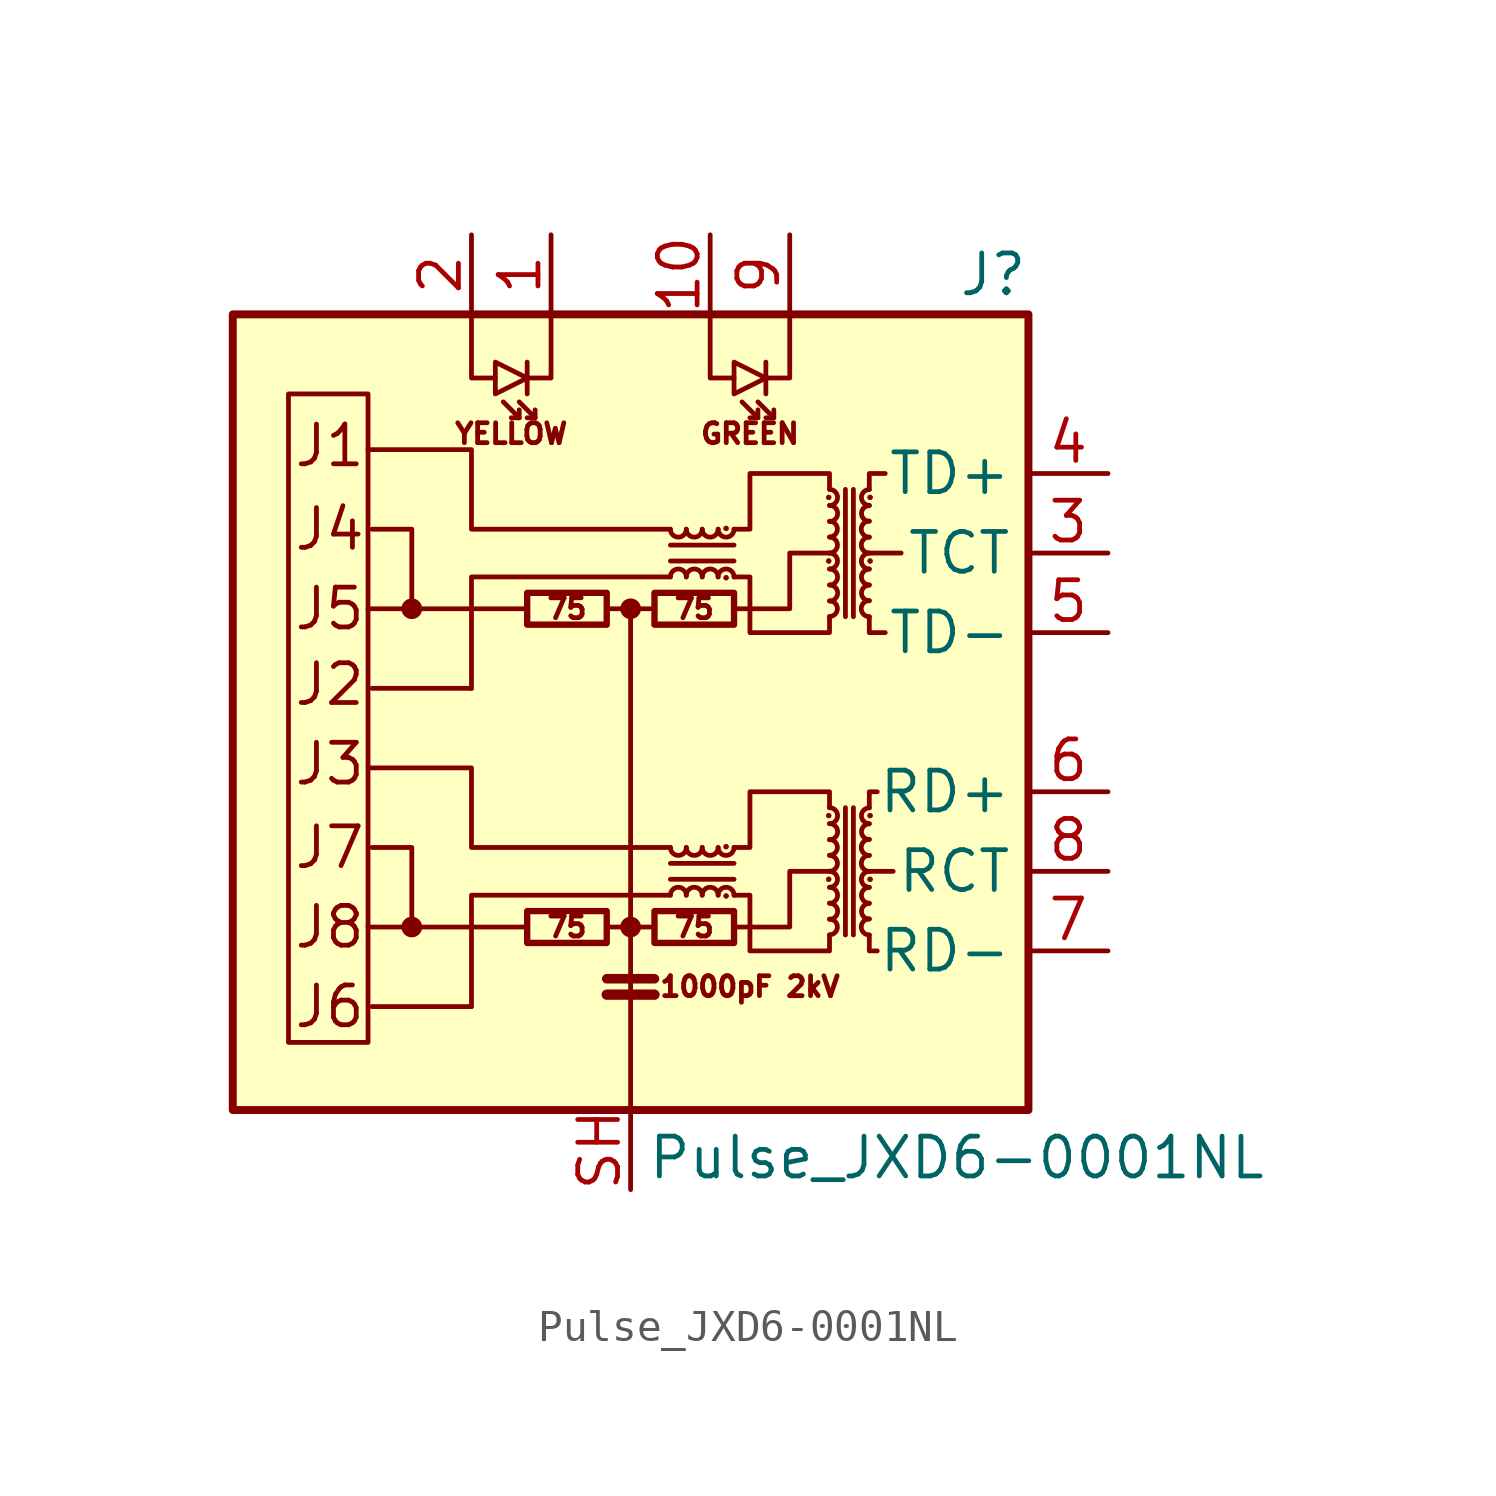
<source format=kicad_sym>
(kicad_symbol_lib
  (version 20201005)
  (generator kicad_symbol_editor)
  (symbol "Connector:Pulse_JXD6-0001NL"
    (property "Reference" "J"
      (at 12.7 13.97 0)
      (effects (font (size 1.27 1.27)) (justify right)))
    (property "Value" "Pulse_JXD6-0001NL"
      (at 10.414 -14.224 0)
      (effects (font (size 1.27 1.27))))
    (symbol "Pulse_JXD6-0001NL_0_0"
      (text "1000pF 2kV" (at 3.81 -8.763 0) (effects (font (size 0.635 0.635))))
      (text "75" (at -2.032 -6.858 0) (effects (font (size 0.635 0.635))))
      (text "75" (at -2.032 3.302 0) (effects (font (size 0.635 0.635))))
      (text "75" (at 2.032 -6.858 0) (effects (font (size 0.635 0.635))))
      (text "75" (at 2.032 3.302 0) (effects (font (size 0.635 0.635))))
      (text "GREEN" (at 3.81 8.89 0) (effects (font (size 0.635 0.635))))
      (text "J1" (at -10.795 8.509 0) (effects (font (size 1.27 1.27)) (justify left)))
      (text "J2" (at -10.795 0.889 0) (effects (font (size 1.27 1.27)) (justify left)))
      (text "J3" (at -10.795 -1.651 0) (effects (font (size 1.27 1.27)) (justify left)))
      (text "J4" (at -10.795 5.842 0) (effects (font (size 1.27 1.27)) (justify left)))
      (text "J5" (at -10.795 3.302 0) (effects (font (size 1.27 1.27)) (justify left)))
      (text "J6" (at -10.795 -9.398 0) (effects (font (size 1.27 1.27)) (justify left)))
      (text "J7" (at -10.795 -4.318 0) (effects (font (size 1.27 1.27)) (justify left)))
      (text "J8" (at -10.795 -6.858 0) (effects (font (size 1.27 1.27)) (justify left)))
      (text "YELLOW" (at -3.81 8.89 0) (effects (font (size 0.635 0.635))))
      (rectangle (start -12.7 12.7) (end 12.7 -12.7) (stroke (width 0.254)) (fill (type background)))
      (polyline (pts (xy -3.302 -6.858) (xy -8.382 -6.858)) (stroke (width 0)) (fill (type none)))
      (polyline (pts (xy -3.302 3.302) (xy -8.382 3.302)) (stroke (width 0)) (fill (type none)))
      (polyline (pts (xy 8.382 -5.08) (xy 7.62 -5.08)) (stroke (width 0)) (fill (type none)))
      (polyline (pts (xy 8.636 5.08) (xy 7.62 5.08)) (stroke (width 0)) (fill (type none)))
      (polyline (pts (xy 1.27 -4.318) (xy -5.08 -4.318) (xy -5.08 -1.778) (xy -8.382 -1.778)) (stroke (width 0)) (fill (type none)))
      (polyline (pts (xy 1.27 5.842) (xy -5.08 5.842) (xy -5.08 8.382) (xy -8.382 8.382)) (stroke (width 0)) (fill (type none)))
      (polyline (pts (xy 3.302 -6.858) (xy 5.08 -6.858) (xy 5.08 -5.08) (xy 6.35 -5.08)) (stroke (width 0)) (fill (type none)))
      (polyline (pts (xy 3.302 3.302) (xy 5.08 3.302) (xy 5.08 5.08) (xy 6.35 5.08)) (stroke (width 0)) (fill (type none))))
    (symbol "Pulse_JXD6-0001NL_0_1"
      (arc (start 1.778 -5.842) (end 1.27 -5.842) (radius (at 1.524 -5.842) (length 0.254) (angles 0.1 179.9)) (stroke (width 0)) (fill (type none)))
      (arc (start 1.27 -4.318) (end 1.778 -4.318) (radius (at 1.524 -4.318) (length 0.254) (angles -179.9 -0.1)) (stroke (width 0)) (fill (type none)))
      (arc (start 1.778 4.318) (end 1.27 4.318) (radius (at 1.524 4.318) (length 0.254) (angles 0.1 179.9)) (stroke (width 0)) (fill (type none)))
      (arc (start 1.27 5.842) (end 1.778 5.842) (radius (at 1.524 5.842) (length 0.254) (angles -179.9 -0.1)) (stroke (width 0)) (fill (type none)))
      (arc (start 2.286 -5.842) (end 1.778 -5.842) (radius (at 2.032 -5.842) (length 0.254) (angles 0.1 179.9)) (stroke (width 0)) (fill (type none)))
      (arc (start 1.778 -4.318) (end 2.286 -4.318) (radius (at 2.032 -4.318) (length 0.254) (angles -179.9 -0.1)) (stroke (width 0)) (fill (type none)))
      (arc (start 2.286 4.318) (end 1.778 4.318) (radius (at 2.032 4.318) (length 0.254) (angles 0.1 179.9)) (stroke (width 0)) (fill (type none)))
      (arc (start 1.778 5.842) (end 2.286 5.842) (radius (at 2.032 5.842) (length 0.254) (angles -179.9 -0.1)) (stroke (width 0)) (fill (type none)))
      (arc (start 2.794 -5.842) (end 2.286 -5.842) (radius (at 2.54 -5.842) (length 0.254) (angles 0.1 179.9)) (stroke (width 0)) (fill (type none)))
      (arc (start 2.286 -4.318) (end 2.794 -4.318) (radius (at 2.54 -4.318) (length 0.254) (angles -179.9 -0.1)) (stroke (width 0)) (fill (type none)))
      (arc (start 2.794 4.318) (end 2.286 4.318) (radius (at 2.54 4.318) (length 0.254) (angles 0.1 179.9)) (stroke (width 0)) (fill (type none)))
      (arc (start 2.286 5.842) (end 2.794 5.842) (radius (at 2.54 5.842) (length 0.254) (angles -179.9 -0.1)) (stroke (width 0)) (fill (type none)))
      (arc (start 3.302 -5.842) (end 2.794 -5.842) (radius (at 3.048 -5.842) (length 0.254) (angles 0.1 179.9)) (stroke (width 0)) (fill (type none)))
      (arc (start 2.794 -4.318) (end 3.302 -4.318) (radius (at 3.048 -4.318) (length 0.254) (angles -179.9 -0.1)) (stroke (width 0)) (fill (type none)))
      (arc (start 3.302 4.318) (end 2.794 4.318) (radius (at 3.048 4.318) (length 0.254) (angles 0.1 179.9)) (stroke (width 0)) (fill (type none)))
      (arc (start 2.794 5.842) (end 3.302 5.842) (radius (at 3.048 5.842) (length 0.254) (angles -179.9 -0.1)) (stroke (width 0)) (fill (type none)))
      (arc (start 6.35 -7.112) (end 6.35 -6.604) (radius (at 6.35 -6.858) (length 0.254) (angles -89.9 89.9)) (stroke (width 0)) (fill (type none)))
      (arc (start 6.35 -6.604) (end 6.35 -6.096) (radius (at 6.35 -6.35) (length 0.254) (angles -89.9 89.9)) (stroke (width 0)) (fill (type none)))
      (arc (start 6.35 -6.096) (end 6.35 -5.588) (radius (at 6.35 -5.842) (length 0.254) (angles -89.9 89.9)) (stroke (width 0)) (fill (type none)))
      (arc (start 6.35 -5.588) (end 6.35 -5.08) (radius (at 6.35 -5.334) (length 0.254) (angles -89.9 89.9)) (stroke (width 0)) (fill (type none)))
      (arc (start 6.35 -5.08) (end 6.35 -4.572) (radius (at 6.35 -4.826) (length 0.254) (angles -89.9 89.9)) (stroke (width 0)) (fill (type none)))
      (arc (start 6.35 -4.572) (end 6.35 -4.064) (radius (at 6.35 -4.318) (length 0.254) (angles -89.9 89.9)) (stroke (width 0)) (fill (type none)))
      (arc (start 6.35 -4.064) (end 6.35 -3.556) (radius (at 6.35 -3.81) (length 0.254) (angles -89.9 89.9)) (stroke (width 0)) (fill (type none)))
      (arc (start 6.35 -3.556) (end 6.35 -3.048) (radius (at 6.35 -3.302) (length 0.254) (angles -89.9 89.9)) (stroke (width 0)) (fill (type none)))
      (arc (start 6.35 3.048) (end 6.35 3.556) (radius (at 6.35 3.302) (length 0.254) (angles -89.9 89.9)) (stroke (width 0)) (fill (type none)))
      (arc (start 6.35 3.556) (end 6.35 4.064) (radius (at 6.35 3.81) (length 0.254) (angles -89.9 89.9)) (stroke (width 0)) (fill (type none)))
      (arc (start 6.35 4.064) (end 6.35 4.572) (radius (at 6.35 4.318) (length 0.254) (angles -89.9 89.9)) (stroke (width 0)) (fill (type none)))
      (arc (start 6.35 4.572) (end 6.35 5.08) (radius (at 6.35 4.826) (length 0.254) (angles -89.9 89.9)) (stroke (width 0)) (fill (type none)))
      (arc (start 6.35 5.08) (end 6.35 5.588) (radius (at 6.35 5.334) (length 0.254) (angles -89.9 89.9)) (stroke (width 0)) (fill (type none)))
      (arc (start 6.35 5.588) (end 6.35 6.096) (radius (at 6.35 5.842) (length 0.254) (angles -89.9 89.9)) (stroke (width 0)) (fill (type none)))
      (arc (start 6.35 6.096) (end 6.35 6.604) (radius (at 6.35 6.35) (length 0.254) (angles -89.9 89.9)) (stroke (width 0)) (fill (type none)))
      (arc (start 6.35 6.604) (end 6.35 7.112) (radius (at 6.35 6.858) (length 0.254) (angles -89.9 89.9)) (stroke (width 0)) (fill (type none)))
      (arc (start 7.62 -6.604) (end 7.62 -7.112) (radius (at 7.62 -6.858) (length 0.254) (angles 90.1 -90.1)) (stroke (width 0)) (fill (type none)))
      (arc (start 7.62 -6.096) (end 7.62 -6.604) (radius (at 7.62 -6.35) (length 0.254) (angles 90.1 -90.1)) (stroke (width 0)) (fill (type none)))
      (arc (start 7.62 -5.588) (end 7.62 -6.096) (radius (at 7.62 -5.842) (length 0.254) (angles 90.1 -90.1)) (stroke (width 0)) (fill (type none)))
      (arc (start 7.62 -5.08) (end 7.62 -5.588) (radius (at 7.62 -5.334) (length 0.254) (angles 90.1 -90.1)) (stroke (width 0)) (fill (type none)))
      (arc (start 7.62 -4.572) (end 7.62 -5.08) (radius (at 7.62 -4.826) (length 0.254) (angles 90.1 -90.1)) (stroke (width 0)) (fill (type none)))
      (arc (start 7.62 -4.064) (end 7.62 -4.572) (radius (at 7.62 -4.318) (length 0.254) (angles 90.1 -90.1)) (stroke (width 0)) (fill (type none)))
      (arc (start 7.62 -3.556) (end 7.62 -4.064) (radius (at 7.62 -3.81) (length 0.254) (angles 90.1 -90.1)) (stroke (width 0)) (fill (type none)))
      (arc (start 7.62 -3.048) (end 7.62 -3.556) (radius (at 7.62 -3.302) (length 0.254) (angles 90.1 -90.1)) (stroke (width 0)) (fill (type none)))
      (arc (start 7.62 3.556) (end 7.62 3.048) (radius (at 7.62 3.302) (length 0.254) (angles 90.1 -90.1)) (stroke (width 0)) (fill (type none)))
      (arc (start 7.62 4.064) (end 7.62 3.556) (radius (at 7.62 3.81) (length 0.254) (angles 90.1 -90.1)) (stroke (width 0)) (fill (type none)))
      (arc (start 7.62 4.572) (end 7.62 4.064) (radius (at 7.62 4.318) (length 0.254) (angles 90.1 -90.1)) (stroke (width 0)) (fill (type none)))
      (arc (start 7.62 5.08) (end 7.62 4.572) (radius (at 7.62 4.826) (length 0.254) (angles 90.1 -90.1)) (stroke (width 0)) (fill (type none)))
      (arc (start 7.62 5.588) (end 7.62 5.08) (radius (at 7.62 5.334) (length 0.254) (angles 90.1 -90.1)) (stroke (width 0)) (fill (type none)))
      (arc (start 7.62 6.096) (end 7.62 5.588) (radius (at 7.62 5.842) (length 0.254) (angles 90.1 -90.1)) (stroke (width 0)) (fill (type none)))
      (arc (start 7.62 6.604) (end 7.62 6.096) (radius (at 7.62 6.35) (length 0.254) (angles 90.1 -90.1)) (stroke (width 0)) (fill (type none)))
      (arc (start 7.62 7.112) (end 7.62 6.604) (radius (at 7.62 6.858) (length 0.254) (angles 90.1 -90.1)) (stroke (width 0)) (fill (type none)))
      (circle (center -6.985 -6.858) (radius 0.254) (stroke (width 0)) (fill (type outline)))
      (circle (center -6.985 3.302) (radius 0.254) (stroke (width 0)) (fill (type outline)))
      (circle (center 0 -6.858) (radius 0.254) (stroke (width 0)) (fill (type outline)))
      (circle (center 0 3.302) (radius 0.254) (stroke (width 0)) (fill (type outline)))
      (circle (center 3.048 -5.867) (radius 0.076) (stroke (width 0.025)) (fill (type outline)))
      (circle (center 3.048 -4.293) (radius 0.076) (stroke (width 0.025)) (fill (type outline)))
      (circle (center 3.048 4.293) (radius 0.076) (stroke (width 0.025)) (fill (type outline)))
      (circle (center 3.048 5.867) (radius 0.076) (stroke (width 0.025)) (fill (type outline)))
      (circle (center 6.325 -5.334) (radius 0.076) (stroke (width 0.025)) (fill (type outline)))
      (circle (center 6.325 -3.302) (radius 0.076) (stroke (width 0.025)) (fill (type outline)))
      (circle (center 6.325 4.826) (radius 0.076) (stroke (width 0.025)) (fill (type outline)))
      (circle (center 6.325 6.858) (radius 0.076) (stroke (width 0.025)) (fill (type outline)))
      (circle (center 7.645 -5.334) (radius 0.076) (stroke (width 0.025)) (fill (type outline)))
      (circle (center 7.645 -3.302) (radius 0.076) (stroke (width 0.025)) (fill (type outline)))
      (circle (center 7.645 4.826) (radius 0.076) (stroke (width 0.025)) (fill (type outline)))
      (circle (center 7.645 6.858) (radius 0.076) (stroke (width 0.025)) (fill (type outline)))
      (rectangle (start -8.382 -10.541) (end -10.922 10.16) (stroke (width 0)) (fill (type none)))
      (rectangle (start -3.302 -7.366) (end -0.762 -6.35) (stroke (width 0.203)) (fill (type none)))
      (rectangle (start -3.302 2.794) (end -0.762 3.81) (stroke (width 0.203)) (fill (type none)))
      (rectangle (start 0.762 -7.366) (end 3.302 -6.35) (stroke (width 0.203)) (fill (type none)))
      (rectangle (start 0.762 2.794) (end 3.302 3.81) (stroke (width 0.203)) (fill (type none)))
      (polyline (pts (xy -5.08 -9.398) (xy -8.255 -9.398)) (stroke (width 0)) (fill (type none)))
      (polyline (pts (xy -5.08 0.762) (xy -8.255 0.762)) (stroke (width 0)) (fill (type none)))
      (polyline (pts (xy -3.556 9.398) (xy -4.064 9.906)) (stroke (width 0)) (fill (type none)))
      (polyline (pts (xy -3.302 11.176) (xy -3.302 10.16)) (stroke (width 0)) (fill (type none)))
      (polyline (pts (xy -3.048 9.398) (xy -3.556 9.906)) (stroke (width 0)) (fill (type none)))
      (polyline (pts (xy -0.762 -9.017) (xy 0.762 -9.017)) (stroke (width 0.33)) (fill (type none)))
      (polyline (pts (xy -0.762 -8.509) (xy 0.762 -8.509)) (stroke (width 0.305)) (fill (type none)))
      (polyline (pts (xy 0 3.302) (xy -0.762 3.302)) (stroke (width 0)) (fill (type none)))
      (polyline (pts (xy 0.762 -6.858) (xy -0.762 -6.858)) (stroke (width 0)) (fill (type none)))
      (polyline (pts (xy 1.27 -5.334) (xy 3.302 -5.334)) (stroke (width 0)) (fill (type none)))
      (polyline (pts (xy 1.27 4.826) (xy 3.302 4.826)) (stroke (width 0)) (fill (type none)))
      (polyline (pts (xy 3.302 -4.826) (xy 1.27 -4.826)) (stroke (width 0)) (fill (type none)))
      (polyline (pts (xy 3.302 5.334) (xy 1.27 5.334)) (stroke (width 0)) (fill (type none)))
      (polyline (pts (xy 4.064 9.398) (xy 3.556 9.906)) (stroke (width 0)) (fill (type none)))
      (polyline (pts (xy 4.318 11.176) (xy 4.318 10.16)) (stroke (width 0)) (fill (type none)))
      (polyline (pts (xy 4.572 9.398) (xy 4.064 9.906)) (stroke (width 0)) (fill (type none)))
      (polyline (pts (xy 6.858 -3.048) (xy 6.858 -7.112)) (stroke (width 0)) (fill (type none)))
      (polyline (pts (xy 6.858 7.112) (xy 6.858 3.048)) (stroke (width 0)) (fill (type none)))
      (polyline (pts (xy 7.112 -7.112) (xy 7.112 -3.048)) (stroke (width 0)) (fill (type none)))
      (polyline (pts (xy 7.112 3.048) (xy 7.112 7.112)) (stroke (width 0)) (fill (type none)))
      (polyline (pts (xy -6.985 -6.858) (xy -6.985 -4.318) (xy -8.255 -4.318)) (stroke (width 0)) (fill (type none)))
      (polyline (pts (xy -6.985 3.302) (xy -6.985 5.842) (xy -8.255 5.842)) (stroke (width 0)) (fill (type none)))
      (polyline (pts (xy -5.08 12.7) (xy -5.08 10.668) (xy -4.318 10.668)) (stroke (width 0)) (fill (type none)))
      (polyline (pts (xy -3.556 9.652) (xy -3.556 9.398) (xy -3.81 9.398)) (stroke (width 0)) (fill (type none)))
      (polyline (pts (xy -3.048 9.652) (xy -3.048 9.398) (xy -3.302 9.398)) (stroke (width 0)) (fill (type none)))
      (polyline (pts (xy -2.54 12.7) (xy -2.54 10.668) (xy -3.302 10.668)) (stroke (width 0)) (fill (type none)))
      (polyline (pts (xy 0 -12.7) (xy 0 3.302) (xy 0.635 3.302)) (stroke (width 0)) (fill (type none)))
      (polyline (pts (xy 1.27 -5.842) (xy -5.08 -5.842) (xy -5.08 -9.398)) (stroke (width 0)) (fill (type none)))
      (polyline (pts (xy 1.27 4.318) (xy -5.08 4.318) (xy -5.08 0.762)) (stroke (width 0)) (fill (type none)))
      (polyline (pts (xy 2.54 12.7) (xy 2.54 10.668) (xy 3.302 10.668)) (stroke (width 0)) (fill (type none)))
      (polyline (pts (xy 4.064 9.652) (xy 4.064 9.398) (xy 3.81 9.398)) (stroke (width 0)) (fill (type none)))
      (polyline (pts (xy 4.572 9.652) (xy 4.572 9.398) (xy 4.318 9.398)) (stroke (width 0)) (fill (type none)))
      (polyline (pts (xy 5.08 12.7) (xy 5.08 10.668) (xy 4.318 10.668)) (stroke (width 0)) (fill (type none)))
      (polyline (pts (xy 7.62 -7.112) (xy 7.62 -7.62) (xy 7.874 -7.62)) (stroke (width 0)) (fill (type none)))
      (polyline (pts (xy 7.62 -3.048) (xy 7.62 -2.54) (xy 7.874 -2.54)) (stroke (width 0)) (fill (type none)))
      (polyline (pts (xy 7.62 3.048) (xy 7.62 2.54) (xy 8.128 2.54)) (stroke (width 0)) (fill (type none)))
      (polyline (pts (xy 7.62 7.112) (xy 7.62 7.62) (xy 8.128 7.62)) (stroke (width 0)) (fill (type none)))
      (polyline (pts (xy -3.302 10.668) (xy -4.318 11.176) (xy -4.318 10.16) (xy -3.302 10.668)) (stroke (width 0)) (fill (type none)))
      (polyline (pts (xy 4.318 10.668) (xy 3.302 11.176) (xy 3.302 10.16) (xy 4.318 10.668)) (stroke (width 0)) (fill (type none)))
      (polyline (pts (xy 3.302 -4.318) (xy 3.81 -4.318) (xy 3.81 -2.54) (xy 6.35 -2.54) (xy 6.35 -3.048)) (stroke (width 0)) (fill (type none)))
      (polyline (pts (xy 3.302 5.842) (xy 3.81 5.842) (xy 3.81 7.62) (xy 6.35 7.62) (xy 6.35 7.112)) (stroke (width 0)) (fill (type none)))
      (polyline (pts (xy 6.35 -7.112) (xy 6.35 -7.62) (xy 3.81 -7.62) (xy 3.81 -5.842) (xy 3.302 -5.842)) (stroke (width 0)) (fill (type none)))
      (polyline (pts (xy 6.35 3.048) (xy 6.35 2.54) (xy 3.81 2.54) (xy 3.81 4.318) (xy 3.302 4.318)) (stroke (width 0)) (fill (type none))))
    (symbol "Pulse_JXD6-0001NL_1_1"
      (pin passive line (at -2.54 15.24 270) (length 2.54) (name "~" (effects (font (size 1.27 1.27)))) (number "1" (effects (font (size 1.27 1.27)))))
      (pin passive line (at 2.54 15.24 270) (length 2.54) (name "~" (effects (font (size 1.27 1.27)))) (number "10" (effects (font (size 1.27 1.27)))))
      (pin passive line (at -5.08 15.24 270) (length 2.54) (name "~" (effects (font (size 1.27 1.27)))) (number "2" (effects (font (size 1.27 1.27)))))
      (pin passive line (at 15.24 5.08 180) (length 2.54) (name "TCT" (effects (font (size 1.27 1.27)))) (number "3" (effects (font (size 1.27 1.27)))))
      (pin passive line (at 15.24 7.62 180) (length 2.54) (name "TD+" (effects (font (size 1.27 1.27)))) (number "4" (effects (font (size 1.27 1.27)))))
      (pin passive line (at 15.24 2.54 180) (length 2.54) (name "TD-" (effects (font (size 1.27 1.27)))) (number "5" (effects (font (size 1.27 1.27)))))
      (pin passive line (at 15.24 -2.54 180) (length 2.54) (name "RD+" (effects (font (size 1.27 1.27)))) (number "6" (effects (font (size 1.27 1.27)))))
      (pin passive line (at 15.24 -7.62 180) (length 2.54) (name "RD-" (effects (font (size 1.27 1.27)))) (number "7" (effects (font (size 1.27 1.27)))))
      (pin passive line (at 15.24 -5.08 180) (length 2.54) (name "RCT" (effects (font (size 1.27 1.27)))) (number "8" (effects (font (size 1.27 1.27)))))
      (pin passive line (at 5.08 15.24 270) (length 2.54) (name "~" (effects (font (size 1.27 1.27)))) (number "9" (effects (font (size 1.27 1.27)))))
      (pin passive line (at 0 -15.24 90) (length 2.54) (name "~" (effects (font (size 1.27 1.27)))) (number "SH" (effects (font (size 1.27 1.27))))))))
</source>
